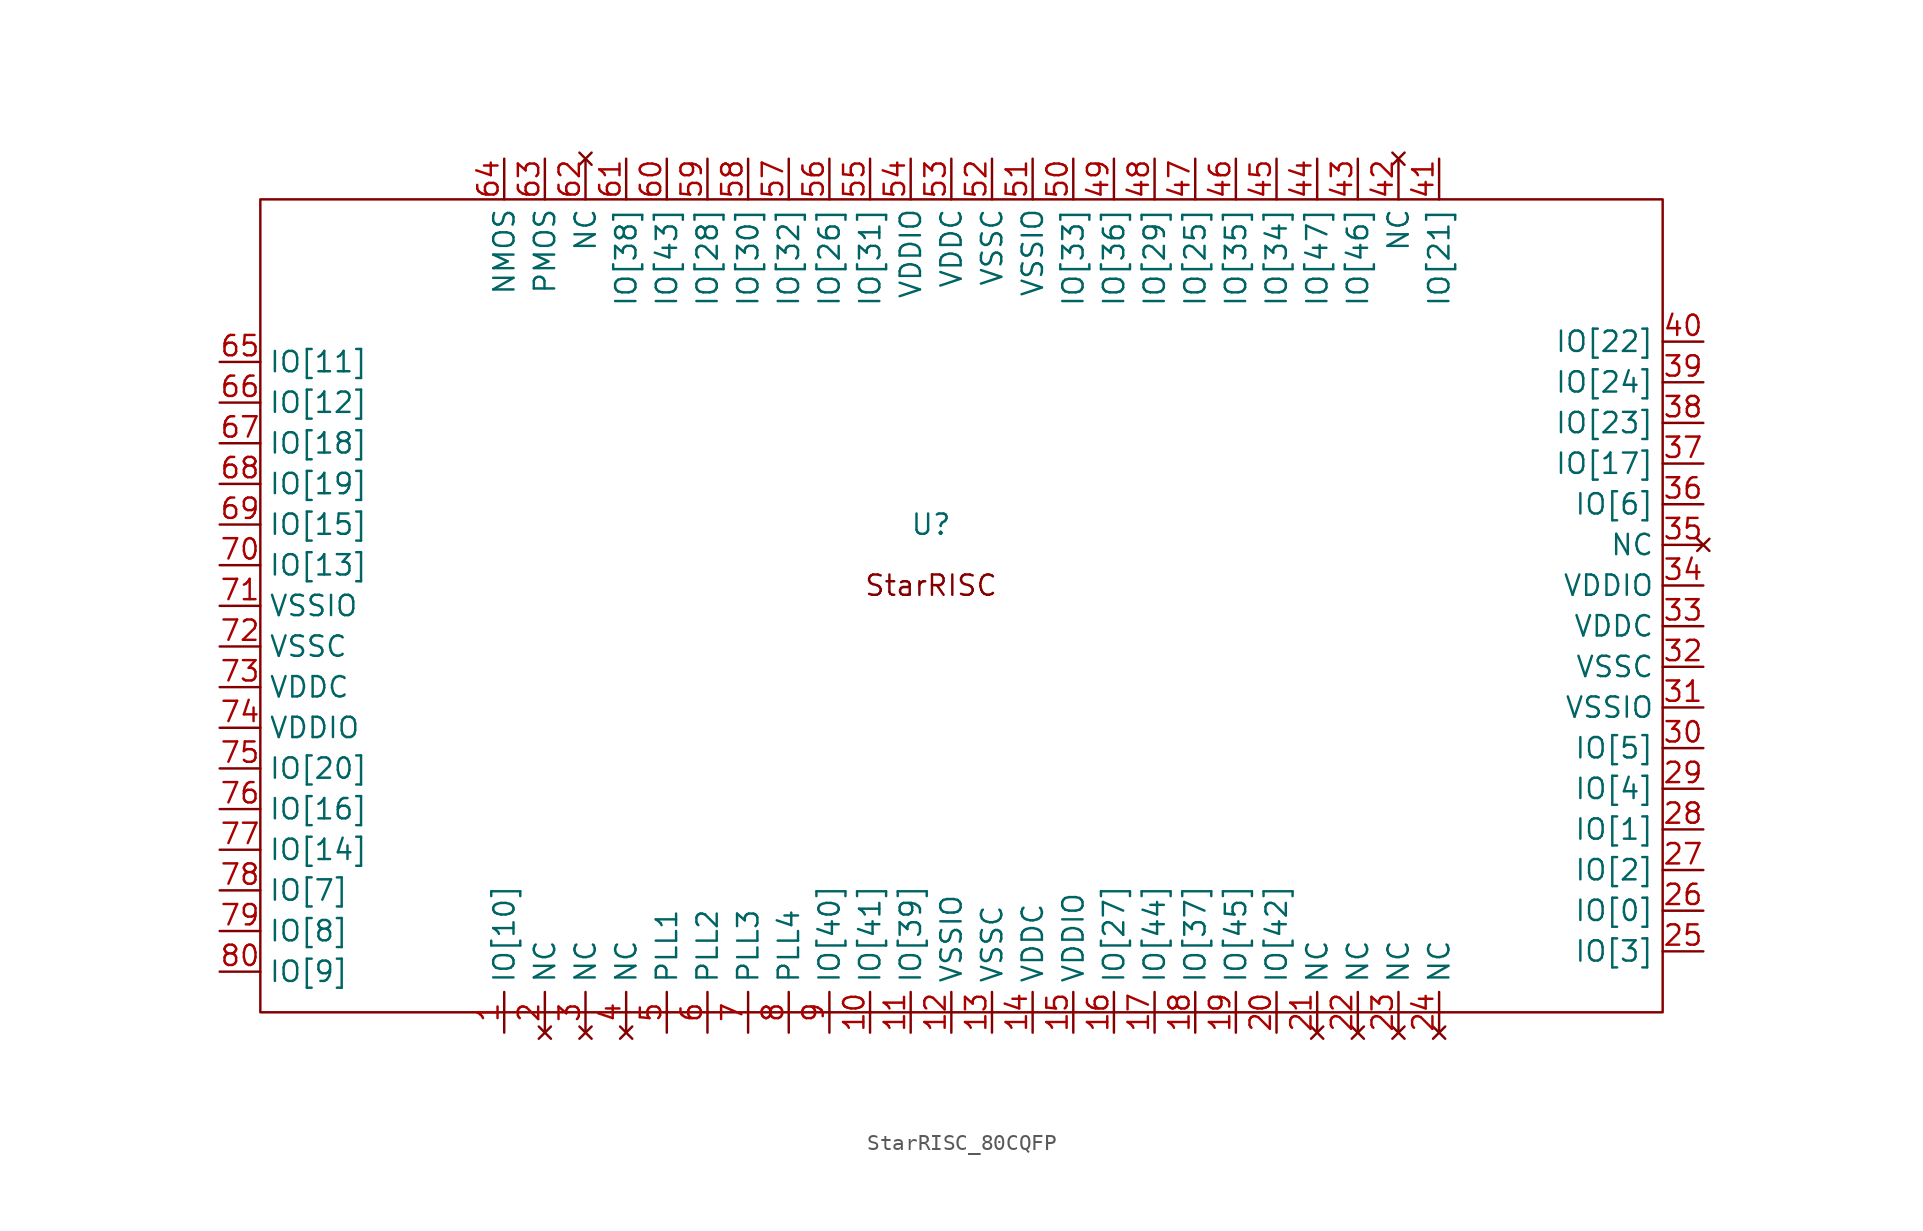
<source format=kicad_sym>
(kicad_symbol_lib
  (version 20231120)
  (generator "kicad_symbol_editor")
  (generator_version "8.0")
  (symbol "StarRISC_80CQFP"
    (property "Reference" "U"
      (at 27.94 29.21 0)
      (effects (font (size 1.27 1.27))))
    (property "Value" ""
      (at 0 0 0)
      (effects (font (size 1.27 1.27))))
    (symbol "StarRISC_80CQFP_0_1"
      (rectangle (start -13.97 49.53) (end 73.66 -1.27) (stroke (width 0) (type default)) (fill (type none))))
    (symbol "StarRISC_80CQFP_1_1"
      (text "StarRISC" (at 27.94 25.4 0) (effects (font (size 1.27 1.27))))
      (pin bidirectional line (at 1.27 -2.54 90) (length 2.54) (name "IO[10]" (effects (font (size 1.27 1.27)))) (number "1" (effects (font (size 1.27 1.27)))))
      (pin bidirectional line (at 24.13 -2.54 90) (length 2.54) (name "IO[41]" (effects (font (size 1.27 1.27)))) (number "10" (effects (font (size 1.27 1.27)))))
      (pin bidirectional line (at 26.67 -2.54 90) (length 2.54) (name "IO[39]" (effects (font (size 1.27 1.27)))) (number "11" (effects (font (size 1.27 1.27)))))
      (pin power_in line (at 29.21 -2.54 90) (length 2.54) (name "VSSIO" (effects (font (size 1.27 1.27)))) (number "12" (effects (font (size 1.27 1.27)))))
      (pin power_in line (at 31.75 -2.54 90) (length 2.54) (name "VSSC" (effects (font (size 1.27 1.27)))) (number "13" (effects (font (size 1.27 1.27)))))
      (pin power_in line (at 34.29 -2.54 90) (length 2.54) (name "VDDC" (effects (font (size 1.27 1.27)))) (number "14" (effects (font (size 1.27 1.27)))))
      (pin power_in line (at 36.83 -2.54 90) (length 2.54) (name "VDDIO" (effects (font (size 1.27 1.27)))) (number "15" (effects (font (size 1.27 1.27)))))
      (pin bidirectional line (at 39.37 -2.54 90) (length 2.54) (name "IO[27]" (effects (font (size 1.27 1.27)))) (number "16" (effects (font (size 1.27 1.27)))))
      (pin bidirectional line (at 41.91 -2.54 90) (length 2.54) (name "IO[44]" (effects (font (size 1.27 1.27)))) (number "17" (effects (font (size 1.27 1.27)))))
      (pin bidirectional line (at 44.45 -2.54 90) (length 2.54) (name "IO[37]" (effects (font (size 1.27 1.27)))) (number "18" (effects (font (size 1.27 1.27)))))
      (pin bidirectional line (at 46.99 -2.54 90) (length 2.54) (name "IO[45]" (effects (font (size 1.27 1.27)))) (number "19" (effects (font (size 1.27 1.27)))))
      (pin no_connect line (at 3.81 -2.54 90) (length 2.54) (name "NC" (effects (font (size 1.27 1.27)))) (number "2" (effects (font (size 1.27 1.27)))))
      (pin bidirectional line (at 49.53 -2.54 90) (length 2.54) (name "IO[42]" (effects (font (size 1.27 1.27)))) (number "20" (effects (font (size 1.27 1.27)))))
      (pin no_connect line (at 52.07 -2.54 90) (length 2.54) (name "NC" (effects (font (size 1.27 1.27)))) (number "21" (effects (font (size 1.27 1.27)))))
      (pin no_connect line (at 54.61 -2.54 90) (length 2.54) (name "NC" (effects (font (size 1.27 1.27)))) (number "22" (effects (font (size 1.27 1.27)))))
      (pin no_connect line (at 57.15 -2.54 90) (length 2.54) (name "NC" (effects (font (size 1.27 1.27)))) (number "23" (effects (font (size 1.27 1.27)))))
      (pin no_connect line (at 59.69 -2.54 90) (length 2.54) (name "NC" (effects (font (size 1.27 1.27)))) (number "24" (effects (font (size 1.27 1.27)))))
      (pin bidirectional line (at 76.2 2.54 180) (length 2.54) (name "IO[3]" (effects (font (size 1.27 1.27)))) (number "25" (effects (font (size 1.27 1.27)))))
      (pin bidirectional line (at 76.2 5.08 180) (length 2.54) (name "IO[0]" (effects (font (size 1.27 1.27)))) (number "26" (effects (font (size 1.27 1.27)))))
      (pin bidirectional line (at 76.2 7.62 180) (length 2.54) (name "IO[2]" (effects (font (size 1.27 1.27)))) (number "27" (effects (font (size 1.27 1.27)))))
      (pin bidirectional line (at 76.2 10.16 180) (length 2.54) (name "IO[1]" (effects (font (size 1.27 1.27)))) (number "28" (effects (font (size 1.27 1.27)))))
      (pin bidirectional line (at 76.2 12.7 180) (length 2.54) (name "IO[4]" (effects (font (size 1.27 1.27)))) (number "29" (effects (font (size 1.27 1.27)))))
      (pin no_connect line (at 6.35 -2.54 90) (length 2.54) (name "NC" (effects (font (size 1.27 1.27)))) (number "3" (effects (font (size 1.27 1.27)))))
      (pin bidirectional line (at 76.2 15.24 180) (length 2.54) (name "IO[5]" (effects (font (size 1.27 1.27)))) (number "30" (effects (font (size 1.27 1.27)))))
      (pin power_in line (at 76.2 17.78 180) (length 2.54) (name "VSSIO" (effects (font (size 1.27 1.27)))) (number "31" (effects (font (size 1.27 1.27)))))
      (pin power_in line (at 76.2 20.32 180) (length 2.54) (name "VSSC" (effects (font (size 1.27 1.27)))) (number "32" (effects (font (size 1.27 1.27)))))
      (pin power_in line (at 76.2 22.86 180) (length 2.54) (name "VDDC" (effects (font (size 1.27 1.27)))) (number "33" (effects (font (size 1.27 1.27)))))
      (pin power_in line (at 76.2 25.4 180) (length 2.54) (name "VDDIO" (effects (font (size 1.27 1.27)))) (number "34" (effects (font (size 1.27 1.27)))))
      (pin no_connect line (at 76.2 27.94 180) (length 2.54) (name "NC" (effects (font (size 1.27 1.27)))) (number "35" (effects (font (size 1.27 1.27)))))
      (pin bidirectional line (at 76.2 30.48 180) (length 2.54) (name "IO[6]" (effects (font (size 1.27 1.27)))) (number "36" (effects (font (size 1.27 1.27)))))
      (pin bidirectional line (at 76.2 33.02 180) (length 2.54) (name "IO[17]" (effects (font (size 1.27 1.27)))) (number "37" (effects (font (size 1.27 1.27)))))
      (pin bidirectional line (at 76.2 35.56 180) (length 2.54) (name "IO[23]" (effects (font (size 1.27 1.27)))) (number "38" (effects (font (size 1.27 1.27)))))
      (pin bidirectional line (at 76.2 38.1 180) (length 2.54) (name "IO[24]" (effects (font (size 1.27 1.27)))) (number "39" (effects (font (size 1.27 1.27)))))
      (pin no_connect line (at 8.89 -2.54 90) (length 2.54) (name "NC" (effects (font (size 1.27 1.27)))) (number "4" (effects (font (size 1.27 1.27)))))
      (pin bidirectional line (at 76.2 40.64 180) (length 2.54) (name "IO[22]" (effects (font (size 1.27 1.27)))) (number "40" (effects (font (size 1.27 1.27)))))
      (pin bidirectional line (at 59.69 52.07 270) (length 2.54) (name "IO[21]" (effects (font (size 1.27 1.27)))) (number "41" (effects (font (size 1.27 1.27)))))
      (pin no_connect line (at 57.15 52.07 270) (length 2.54) (name "NC" (effects (font (size 1.27 1.27)))) (number "42" (effects (font (size 1.27 1.27)))))
      (pin bidirectional line (at 54.61 52.07 270) (length 2.54) (name "IO[46]" (effects (font (size 1.27 1.27)))) (number "43" (effects (font (size 1.27 1.27)))))
      (pin bidirectional line (at 52.07 52.07 270) (length 2.54) (name "IO[47]" (effects (font (size 1.27 1.27)))) (number "44" (effects (font (size 1.27 1.27)))))
      (pin bidirectional line (at 49.53 52.07 270) (length 2.54) (name "IO[34]" (effects (font (size 1.27 1.27)))) (number "45" (effects (font (size 1.27 1.27)))))
      (pin bidirectional line (at 46.99 52.07 270) (length 2.54) (name "IO[35]" (effects (font (size 1.27 1.27)))) (number "46" (effects (font (size 1.27 1.27)))))
      (pin bidirectional line (at 44.45 52.07 270) (length 2.54) (name "IO[25]" (effects (font (size 1.27 1.27)))) (number "47" (effects (font (size 1.27 1.27)))))
      (pin bidirectional line (at 41.91 52.07 270) (length 2.54) (name "IO[29]" (effects (font (size 1.27 1.27)))) (number "48" (effects (font (size 1.27 1.27)))))
      (pin bidirectional line (at 39.37 52.07 270) (length 2.54) (name "IO[36]" (effects (font (size 1.27 1.27)))) (number "49" (effects (font (size 1.27 1.27)))))
      (pin power_in line (at 11.43 -2.54 90) (length 2.54) (name "PLL1" (effects (font (size 1.27 1.27)))) (number "5" (effects (font (size 1.27 1.27)))))
      (pin bidirectional line (at 36.83 52.07 270) (length 2.54) (name "IO[33]" (effects (font (size 1.27 1.27)))) (number "50" (effects (font (size 1.27 1.27)))))
      (pin power_in line (at 34.29 52.07 270) (length 2.54) (name "VSSIO" (effects (font (size 1.27 1.27)))) (number "51" (effects (font (size 1.27 1.27)))))
      (pin power_in line (at 31.75 52.07 270) (length 2.54) (name "VSSC" (effects (font (size 1.27 1.27)))) (number "52" (effects (font (size 1.27 1.27)))))
      (pin power_in line (at 29.21 52.07 270) (length 2.54) (name "VDDC" (effects (font (size 1.27 1.27)))) (number "53" (effects (font (size 1.27 1.27)))))
      (pin power_in line (at 26.67 52.07 270) (length 2.54) (name "VDDIO" (effects (font (size 1.27 1.27)))) (number "54" (effects (font (size 1.27 1.27)))))
      (pin bidirectional line (at 24.13 52.07 270) (length 2.54) (name "IO[31]" (effects (font (size 1.27 1.27)))) (number "55" (effects (font (size 1.27 1.27)))))
      (pin bidirectional line (at 21.59 52.07 270) (length 2.54) (name "IO[26]" (effects (font (size 1.27 1.27)))) (number "56" (effects (font (size 1.27 1.27)))))
      (pin bidirectional line (at 19.05 52.07 270) (length 2.54) (name "IO[32]" (effects (font (size 1.27 1.27)))) (number "57" (effects (font (size 1.27 1.27)))))
      (pin bidirectional line (at 16.51 52.07 270) (length 2.54) (name "IO[30]" (effects (font (size 1.27 1.27)))) (number "58" (effects (font (size 1.27 1.27)))))
      (pin bidirectional line (at 13.97 52.07 270) (length 2.54) (name "IO[28]" (effects (font (size 1.27 1.27)))) (number "59" (effects (font (size 1.27 1.27)))))
      (pin power_in line (at 13.97 -2.54 90) (length 2.54) (name "PLL2" (effects (font (size 1.27 1.27)))) (number "6" (effects (font (size 1.27 1.27)))))
      (pin bidirectional line (at 11.43 52.07 270) (length 2.54) (name "IO[43]" (effects (font (size 1.27 1.27)))) (number "60" (effects (font (size 1.27 1.27)))))
      (pin bidirectional line (at 8.89 52.07 270) (length 2.54) (name "IO[38]" (effects (font (size 1.27 1.27)))) (number "61" (effects (font (size 1.27 1.27)))))
      (pin no_connect line (at 6.35 52.07 270) (length 2.54) (name "NC" (effects (font (size 1.27 1.27)))) (number "62" (effects (font (size 1.27 1.27)))))
      (pin power_in line (at 3.81 52.07 270) (length 2.54) (name "PMOS" (effects (font (size 1.27 1.27)))) (number "63" (effects (font (size 1.27 1.27)))))
      (pin power_in line (at 1.27 52.07 270) (length 2.54) (name "NMOS" (effects (font (size 1.27 1.27)))) (number "64" (effects (font (size 1.27 1.27)))))
      (pin bidirectional line (at -16.51 39.37 0) (length 2.54) (name "IO[11]" (effects (font (size 1.27 1.27)))) (number "65" (effects (font (size 1.27 1.27)))))
      (pin bidirectional line (at -16.51 36.83 0) (length 2.54) (name "IO[12]" (effects (font (size 1.27 1.27)))) (number "66" (effects (font (size 1.27 1.27)))))
      (pin bidirectional line (at -16.51 34.29 0) (length 2.54) (name "IO[18]" (effects (font (size 1.27 1.27)))) (number "67" (effects (font (size 1.27 1.27)))))
      (pin bidirectional line (at -16.51 31.75 0) (length 2.54) (name "IO[19]" (effects (font (size 1.27 1.27)))) (number "68" (effects (font (size 1.27 1.27)))))
      (pin bidirectional line (at -16.51 29.21 0) (length 2.54) (name "IO[15]" (effects (font (size 1.27 1.27)))) (number "69" (effects (font (size 1.27 1.27)))))
      (pin power_in line (at 16.51 -2.54 90) (length 2.54) (name "PLL3" (effects (font (size 1.27 1.27)))) (number "7" (effects (font (size 1.27 1.27)))))
      (pin bidirectional line (at -16.51 26.67 0) (length 2.54) (name "IO[13]" (effects (font (size 1.27 1.27)))) (number "70" (effects (font (size 1.27 1.27)))))
      (pin power_in line (at -16.51 24.13 0) (length 2.54) (name "VSSIO" (effects (font (size 1.27 1.27)))) (number "71" (effects (font (size 1.27 1.27)))))
      (pin power_in line (at -16.51 21.59 0) (length 2.54) (name "VSSC" (effects (font (size 1.27 1.27)))) (number "72" (effects (font (size 1.27 1.27)))))
      (pin power_in line (at -16.51 19.05 0) (length 2.54) (name "VDDC" (effects (font (size 1.27 1.27)))) (number "73" (effects (font (size 1.27 1.27)))))
      (pin power_in line (at -16.51 16.51 0) (length 2.54) (name "VDDIO" (effects (font (size 1.27 1.27)))) (number "74" (effects (font (size 1.27 1.27)))))
      (pin bidirectional line (at -16.51 13.97 0) (length 2.54) (name "IO[20]" (effects (font (size 1.27 1.27)))) (number "75" (effects (font (size 1.27 1.27)))))
      (pin bidirectional line (at -16.51 11.43 0) (length 2.54) (name "IO[16]" (effects (font (size 1.27 1.27)))) (number "76" (effects (font (size 1.27 1.27)))))
      (pin bidirectional line (at -16.51 8.89 0) (length 2.54) (name "IO[14]" (effects (font (size 1.27 1.27)))) (number "77" (effects (font (size 1.27 1.27)))))
      (pin bidirectional line (at -16.51 6.35 0) (length 2.54) (name "IO[7]" (effects (font (size 1.27 1.27)))) (number "78" (effects (font (size 1.27 1.27)))))
      (pin bidirectional line (at -16.51 3.81 0) (length 2.54) (name "IO[8]" (effects (font (size 1.27 1.27)))) (number "79" (effects (font (size 1.27 1.27)))))
      (pin power_in line (at 19.05 -2.54 90) (length 2.54) (name "PLL4" (effects (font (size 1.27 1.27)))) (number "8" (effects (font (size 1.27 1.27)))))
      (pin bidirectional line (at -16.51 1.27 0) (length 2.54) (name "IO[9]" (effects (font (size 1.27 1.27)))) (number "80" (effects (font (size 1.27 1.27)))))
      (pin bidirectional line (at 21.59 -2.54 90) (length 2.54) (name "IO[40]" (effects (font (size 1.27 1.27)))) (number "9" (effects (font (size 1.27 1.27))))))))
</source>
